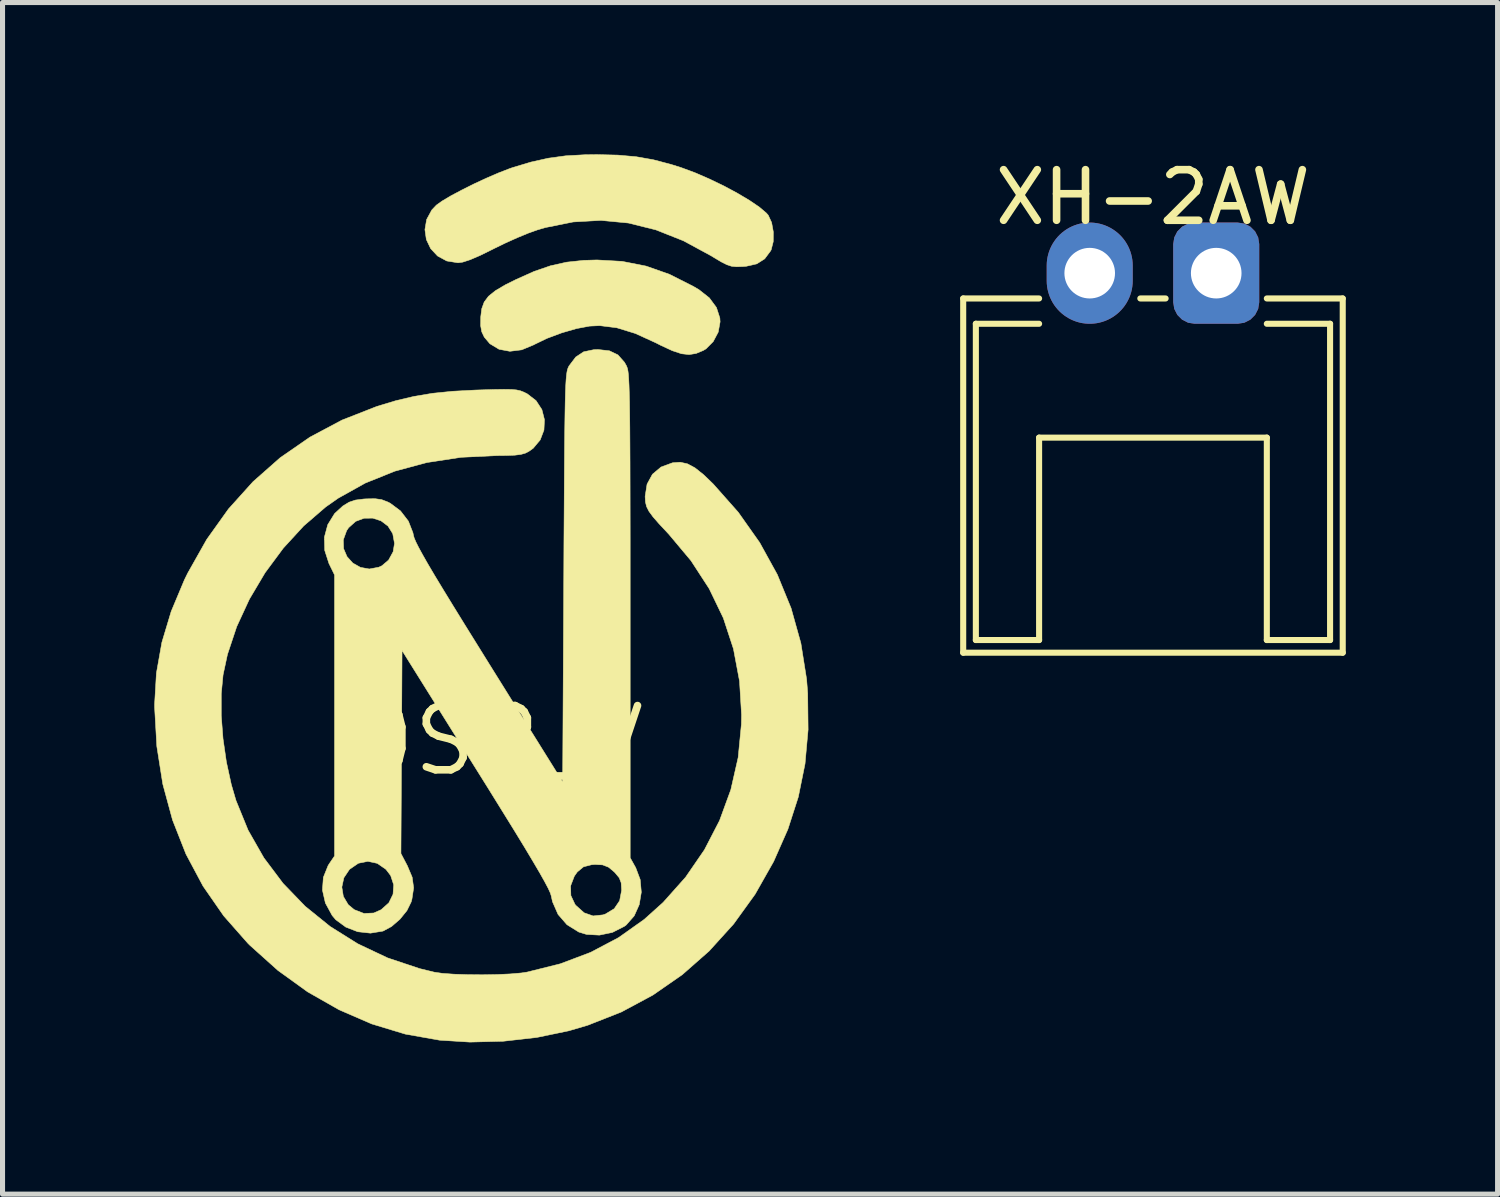
<source format=kicad_pcb>
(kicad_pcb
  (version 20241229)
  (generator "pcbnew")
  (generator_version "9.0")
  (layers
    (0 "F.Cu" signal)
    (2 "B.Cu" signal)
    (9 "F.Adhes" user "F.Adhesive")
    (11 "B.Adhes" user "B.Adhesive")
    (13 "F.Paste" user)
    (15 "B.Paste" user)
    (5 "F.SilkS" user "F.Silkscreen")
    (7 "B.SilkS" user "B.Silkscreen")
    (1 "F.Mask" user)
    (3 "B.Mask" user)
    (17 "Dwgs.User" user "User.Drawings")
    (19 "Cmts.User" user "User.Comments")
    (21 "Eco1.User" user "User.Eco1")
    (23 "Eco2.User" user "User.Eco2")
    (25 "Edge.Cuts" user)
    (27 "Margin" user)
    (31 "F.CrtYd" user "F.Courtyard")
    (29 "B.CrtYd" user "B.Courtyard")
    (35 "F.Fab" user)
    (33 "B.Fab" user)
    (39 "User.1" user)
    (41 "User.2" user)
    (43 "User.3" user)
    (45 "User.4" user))
  (footprint "OSR_V"
    (layer "F.Cu")
    (at 6.736 11.583)
    (property "Reference" "OSR_V" (at 0 0 0) (layer "F.SilkS") (effects (font (size 1.27 1.27) (thickness 0.15))))
    (attr through_hole)
    (fp_poly (pts (xy 2.508 -9.468) (xy 2.981 -9.375) (xy 3.444 -9.212) (xy 3.915 -8.974) (xy 4.027 -8.908) (xy 4.231 -8.747) (xy 4.372 -8.556) (xy 4.439 -8.349) (xy 4.444 -8.273) (xy 4.407 -8.07) (xy 4.308 -7.883) (xy 4.166 -7.74) (xy 4.111 -7.707) (xy 3.969 -7.648) (xy 3.831 -7.626) (xy 3.68 -7.643) (xy 3.5 -7.703) (xy 3.273 -7.808) (xy 3.175 -7.858) (xy 2.77 -8.043) (xy 2.402 -8.156) (xy 2.066 -8.198) (xy 1.866 -8.189) (xy 1.606 -8.14) (xy 1.313 -8.055) (xy 1.024 -7.947) (xy 0.775 -7.827) (xy 0.764 -7.82) (xy 0.523 -7.72) (xy 0.29 -7.691) (xy 0.076 -7.731) (xy -0.105 -7.84) (xy -0.216 -7.971) (xy -0.266 -8.076) (xy -0.288 -8.197) (xy -0.286 -8.367) (xy -0.286 -8.371) (xy -0.266 -8.532) (xy -0.218 -8.664) (xy -0.132 -8.779) (xy 0.003 -8.888) (xy 0.199 -9.004) (xy 0.406 -9.107) (xy 0.767 -9.269) (xy 1.093 -9.381) (xy 1.41 -9.452) (xy 1.746 -9.488) (xy 2.011 -9.496) (xy 2.508 -9.468)) (stroke (width 0.01) (type solid)) (fill yes) (layer "F.SilkS"))
    (fp_poly (pts (xy 2.424 -11.568) (xy 2.785 -11.536) (xy 3.125 -11.476) (xy 3.475 -11.384) (xy 3.683 -11.318) (xy 3.95 -11.219) (xy 4.233 -11.096) (xy 4.516 -10.96) (xy 4.784 -10.816) (xy 5.023 -10.674) (xy 5.219 -10.541) (xy 5.356 -10.425) (xy 5.395 -10.381) (xy 5.462 -10.236) (xy 5.496 -10.049) (xy 5.494 -9.857) (xy 5.453 -9.696) (xy 5.443 -9.677) (xy 5.325 -9.518) (xy 5.169 -9.419) (xy 4.959 -9.371) (xy 4.891 -9.366) (xy 4.769 -9.362) (xy 4.673 -9.371) (xy 4.58 -9.401) (xy 4.465 -9.459) (xy 4.306 -9.554) (xy 4.276 -9.573) (xy 3.721 -9.874) (xy 3.174 -10.091) (xy 2.63 -10.226) (xy 2.087 -10.278) (xy 1.541 -10.247) (xy 0.989 -10.136) (xy 0.827 -10.088) (xy 0.656 -10.027) (xy 0.438 -9.937) (xy 0.2 -9.83) (xy -0.03 -9.718) (xy -0.043 -9.711) (xy -0.301 -9.584) (xy -0.497 -9.5) (xy -0.642 -9.453) (xy -0.735 -9.44) (xy -0.958 -9.476) (xy -1.14 -9.575) (xy -1.276 -9.721) (xy -1.361 -9.9) (xy -1.389 -10.096) (xy -1.355 -10.296) (xy -1.253 -10.484) (xy -1.162 -10.58) (xy -1.05 -10.66) (xy -0.877 -10.763) (xy -0.661 -10.878) (xy -0.419 -10.999) (xy -0.169 -11.115) (xy 0.07 -11.218) (xy 0.282 -11.3) (xy 0.339 -11.32) (xy 0.709 -11.431) (xy 1.05 -11.507) (xy 1.394 -11.554) (xy 1.771 -11.575) (xy 2.011 -11.578) (xy 2.424 -11.568)) (stroke (width 0.01) (type solid)) (fill yes) (layer "F.SilkS"))
    (fp_poly (pts (xy 0.314 -6.937) (xy 0.418 -6.928) (xy 0.496 -6.911) (xy 0.563 -6.885) (xy 0.632 -6.851) (xy 0.807 -6.716) (xy 0.922 -6.54) (xy 0.973 -6.34) (xy 0.963 -6.134) (xy 0.889 -5.94) (xy 0.751 -5.775) (xy 0.667 -5.715) (xy 0.593 -5.677) (xy 0.506 -5.653) (xy 0.386 -5.638) (xy 0.216 -5.632) (xy 0.034 -5.63) (xy -0.676 -5.596) (xy -1.349 -5.493) (xy -1.981 -5.323) (xy -2.566 -5.088) (xy -3.102 -4.789) (xy -3.35 -4.615) (xy -3.785 -4.24) (xy -4.187 -3.802) (xy -4.548 -3.315) (xy -4.857 -2.794) (xy -5.108 -2.251) (xy -5.291 -1.702) (xy -5.378 -1.296) (xy -5.414 -0.92) (xy -5.414 -0.492) (xy -5.379 -0.036) (xy -5.312 0.426) (xy -5.215 0.871) (xy -5.123 1.185) (xy -4.883 1.773) (xy -4.571 2.32) (xy -4.193 2.823) (xy -3.755 3.277) (xy -3.26 3.677) (xy -2.715 4.018) (xy -2.125 4.297) (xy -1.496 4.507) (xy -1.206 4.578) (xy -1.042 4.602) (xy -0.814 4.618) (xy -0.545 4.627) (xy -0.256 4.63) (xy 0.031 4.625) (xy 0.296 4.613) (xy 0.516 4.594) (xy 0.629 4.577) (xy 1.286 4.413) (xy 1.887 4.186) (xy 2.438 3.895) (xy 2.944 3.536) (xy 3.319 3.199) (xy 3.762 2.702) (xy 4.134 2.161) (xy 4.433 1.583) (xy 4.656 0.973) (xy 4.801 0.336) (xy 4.865 -0.322) (xy 4.868 -0.508) (xy 4.828 -1.173) (xy 4.708 -1.811) (xy 4.508 -2.42) (xy 4.228 -3.001) (xy 3.869 -3.553) (xy 3.431 -4.076) (xy 3.415 -4.093) (xy 3.241 -4.279) (xy 3.118 -4.42) (xy 3.038 -4.529) (xy 2.991 -4.622) (xy 2.969 -4.713) (xy 2.963 -4.815) (xy 2.963 -4.827) (xy 3.001 -5.066) (xy 3.107 -5.261) (xy 3.277 -5.404) (xy 3.502 -5.487) (xy 3.507 -5.488) (xy 3.655 -5.499) (xy 3.797 -5.468) (xy 3.946 -5.389) (xy 4.117 -5.253) (xy 4.307 -5.07) (xy 4.803 -4.51) (xy 5.226 -3.911) (xy 5.575 -3.278) (xy 5.847 -2.614) (xy 6.04 -1.924) (xy 6.153 -1.213) (xy 6.175 -0.931) (xy 6.183 -0.214) (xy 6.122 0.463) (xy 5.99 1.114) (xy 5.784 1.753) (xy 5.502 2.392) (xy 5.136 3.038) (xy 4.71 3.628) (xy 4.228 4.16) (xy 3.695 4.629) (xy 3.114 5.032) (xy 2.491 5.366) (xy 1.828 5.627) (xy 1.454 5.737) (xy 0.822 5.868) (xy 0.161 5.943) (xy -0.5 5.96) (xy -1.101 5.922) (xy -1.777 5.802) (xy -2.44 5.601) (xy -3.086 5.321) (xy -3.706 4.968) (xy -4.295 4.543) (xy -4.846 4.049) (xy -4.89 4.005) (xy -5.366 3.465) (xy -5.774 2.877) (xy -6.111 2.245) (xy -6.376 1.572) (xy -6.569 0.861) (xy -6.687 0.115) (xy -6.731 -0.661) (xy -6.731 -0.716) (xy -6.695 -1.331) (xy -6.587 -1.939) (xy -6.403 -2.551) (xy -6.141 -3.176) (xy -6.075 -3.31) (xy -5.701 -3.973) (xy -5.271 -4.575) (xy -4.786 -5.114) (xy -4.249 -5.588) (xy -3.662 -5.994) (xy -3.027 -6.332) (xy -2.346 -6.599) (xy -2.335 -6.603) (xy -1.96 -6.716) (xy -1.603 -6.8) (xy -1.238 -6.861) (xy -0.843 -6.901) (xy -0.392 -6.925) (xy -0.296 -6.928) (xy -0.028 -6.936) (xy 0.171 -6.939) (xy 0.314 -6.937)) (stroke (width 0.01) (type solid)) (fill yes) (layer "F.SilkS"))
    (fp_poly (pts (xy 2.256 -7.701) (xy 2.425 -7.62) (xy 2.554 -7.474) (xy 2.593 -7.405) (xy 2.604 -7.379) (xy 2.615 -7.344) (xy 2.624 -7.296) (xy 2.632 -7.23) (xy 2.638 -7.141) (xy 2.644 -7.025) (xy 2.649 -6.876) (xy 2.654 -6.691) (xy 2.657 -6.465) (xy 2.66 -6.192) (xy 2.662 -5.868) (xy 2.664 -5.489) (xy 2.665 -5.049) (xy 2.666 -4.544) (xy 2.667 -3.969) (xy 2.667 -3.32) (xy 2.667 -2.592) (xy 2.667 -2.471) (xy 2.667 2.318) (xy 2.777 2.515) (xy 2.865 2.749) (xy 2.887 2.998) (xy 2.846 3.244) (xy 2.747 3.465) (xy 2.592 3.642) (xy 2.55 3.674) (xy 2.315 3.793) (xy 2.059 3.846) (xy 1.804 3.832) (xy 1.651 3.785) (xy 1.418 3.64) (xy 1.242 3.437) (xy 1.132 3.186) (xy 1.107 3.07) (xy 1.089 3.013) (xy 1.047 2.921) (xy 1.021 2.872) (xy 1.49 2.872) (xy 1.495 3.064) (xy 1.577 3.239) (xy 1.595 3.26) (xy 1.757 3.405) (xy 1.934 3.467) (xy 2.129 3.446) (xy 2.179 3.429) (xy 2.352 3.324) (xy 2.459 3.166) (xy 2.498 2.961) (xy 2.498 2.953) (xy 2.489 2.812) (xy 2.451 2.713) (xy 2.367 2.613) (xy 2.354 2.599) (xy 2.24 2.504) (xy 2.123 2.458) (xy 1.971 2.45) (xy 1.905 2.455) (xy 1.745 2.496) (xy 1.622 2.598) (xy 1.564 2.68) (xy 1.49 2.872) (xy 1.021 2.872) (xy 0.977 2.789) (xy 0.878 2.613) (xy 0.747 2.39) (xy 0.582 2.114) (xy 0.38 1.783) (xy 0.138 1.392) (xy -0.144 0.937) (xy -0.381 0.558) (xy -1.841 -1.778) (xy -1.863 2.234) (xy -1.736 2.476) (xy -1.641 2.702) (xy -1.612 2.912) (xy -1.646 3.137) (xy -1.661 3.191) (xy -1.745 3.362) (xy -1.883 3.532) (xy -2.049 3.676) (xy -2.217 3.766) (xy -2.221 3.767) (xy -2.465 3.807) (xy -2.717 3.779) (xy -2.952 3.688) (xy -3.15 3.543) (xy -3.222 3.458) (xy -3.356 3.212) (xy -3.414 2.957) (xy -3.41 2.897) (xy -3.031 2.897) (xy -3.001 3.082) (xy -2.904 3.245) (xy -2.786 3.343) (xy -2.593 3.418) (xy -2.4 3.409) (xy -2.254 3.344) (xy -2.102 3.208) (xy -2.019 3.038) (xy -2.006 2.852) (xy -2.066 2.669) (xy -2.159 2.547) (xy -2.33 2.428) (xy -2.517 2.388) (xy -2.704 2.426) (xy -2.876 2.544) (xy -2.88 2.547) (xy -2.991 2.713) (xy -3.031 2.897) (xy -3.41 2.897) (xy -3.396 2.705) (xy -3.302 2.471) (xy -3.279 2.435) (xy -3.175 2.282) (xy -3.175 -3.272) (xy -3.286 -3.499) (xy -3.369 -3.757) (xy -3.374 -3.966) (xy -3.002 -3.966) (xy -2.996 -3.791) (xy -2.929 -3.634) (xy -2.814 -3.506) (xy -2.663 -3.421) (xy -2.488 -3.389) (xy -2.302 -3.424) (xy -2.242 -3.451) (xy -2.107 -3.565) (xy -2.017 -3.73) (xy -1.99 -3.895) (xy -2.025 -4.087) (xy -2.119 -4.237) (xy -2.257 -4.341) (xy -2.42 -4.394) (xy -2.592 -4.392) (xy -2.756 -4.331) (xy -2.897 -4.205) (xy -2.936 -4.147) (xy -3.002 -3.966) (xy -3.374 -3.966) (xy -3.376 -4.017) (xy -3.309 -4.265) (xy -3.174 -4.484) (xy -3.011 -4.634) (xy -2.888 -4.709) (xy -2.763 -4.751) (xy -2.599 -4.772) (xy -2.549 -4.775) (xy -2.374 -4.778) (xy -2.245 -4.76) (xy -2.125 -4.714) (xy -2.074 -4.688) (xy -1.872 -4.537) (xy -1.716 -4.335) (xy -1.626 -4.105) (xy -1.617 -4.059) (xy -1.602 -4.005) (xy -1.569 -3.926) (xy -1.515 -3.818) (xy -1.437 -3.675) (xy -1.333 -3.492) (xy -1.199 -3.265) (xy -1.032 -2.989) (xy -0.83 -2.659) (xy -0.59 -2.27) (xy -0.309 -1.818) (xy -0.127 -1.525) (xy 1.333 0.817) (xy 1.355 -3.222) (xy 1.358 -3.897) (xy 1.362 -4.493) (xy 1.365 -5.014) (xy 1.368 -5.466) (xy 1.371 -5.855) (xy 1.375 -6.184) (xy 1.379 -6.461) (xy 1.383 -6.688) (xy 1.388 -6.873) (xy 1.394 -7.019) (xy 1.401 -7.133) (xy 1.409 -7.219) (xy 1.418 -7.283) (xy 1.428 -7.329) (xy 1.44 -7.364) (xy 1.453 -7.391) (xy 1.46 -7.404) (xy 1.592 -7.578) (xy 1.748 -7.681) (xy 1.949 -7.723) (xy 2.032 -7.726) (xy 2.256 -7.701)) (stroke (width 0.01) (type solid)) (fill yes) (layer "F.SilkS")))
  (footprint "XH-2AW"
    (layer "F.Cu")
    (at 19.734 0.348)
    (property "Reference" "XH-2AW" (at 0 0.5 0) (layer "F.SilkS") (effects (font (size 1 1) (thickness 0.15))))
    (attr through_hole)
    (fp_line (start -3.75 2.5) (end -2.25 2.5) (stroke (width 0.12) (type solid)) (layer "F.SilkS"))
    (fp_line (start -3.75 9.5) (end -3.75 2.5) (stroke (width 0.12) (type solid)) (layer "F.SilkS"))
    (fp_line (start -3.5 3) (end -3.5 9.25) (stroke (width 0.12) (type solid)) (layer "F.SilkS"))
    (fp_line (start -3.5 9.25) (end -2.25 9.25) (stroke (width 0.12) (type solid)) (layer "F.SilkS"))
    (fp_line (start -2.25 3) (end -3.5 3) (stroke (width 0.12) (type solid)) (layer "F.SilkS"))
    (fp_line (start -2.25 5.25) (end 2.25 5.25) (stroke (width 0.12) (type solid)) (layer "F.SilkS"))
    (fp_line (start -2.25 9.25) (end -2.25 5.25) (stroke (width 0.12) (type solid)) (layer "F.SilkS"))
    (fp_line (start -0.25 2.5) (end 0.25 2.5) (stroke (width 0.12) (type solid)) (layer "F.SilkS"))
    (fp_line (start 2.25 5.25) (end 2.25 9.25) (stroke (width 0.12) (type solid)) (layer "F.SilkS"))
    (fp_line (start 2.25 9.25) (end 3.5 9.25) (stroke (width 0.12) (type solid)) (layer "F.SilkS"))
    (fp_line (start 3.5 3) (end 2.25 3) (stroke (width 0.12) (type solid)) (layer "F.SilkS"))
    (fp_line (start 3.5 9.25) (end 3.5 3) (stroke (width 0.12) (type solid)) (layer "F.SilkS"))
    (fp_line (start 3.75 2.5) (end 2.25 2.5) (stroke (width 0.12) (type solid)) (layer "F.SilkS"))
    (fp_line (start 3.75 2.5) (end 3.75 9.5) (stroke (width 0.12) (type solid)) (layer "F.SilkS"))
    (fp_line (start 3.75 9.5) (end -3.75 9.5) (stroke (width 0.12) (type solid)) (layer "F.SilkS"))
    (pad "1" thru_hole oval (at -1.25 2) (size 1.7 2) (drill 1) (layers "*.Cu" "*.Mask"))
    (pad "2" thru_hole roundrect (at 1.25 2) (size 1.7 2) (drill 1) (layers "*.Cu" "*.Mask") (roundrect_rratio 0.25)))
  (gr_rect
    (start -3 -3)
    (end 26.544 20.548)
    (stroke (width 0.1) (type default))
    (fill no)
    (layer "Edge.Cuts")))
</source>
